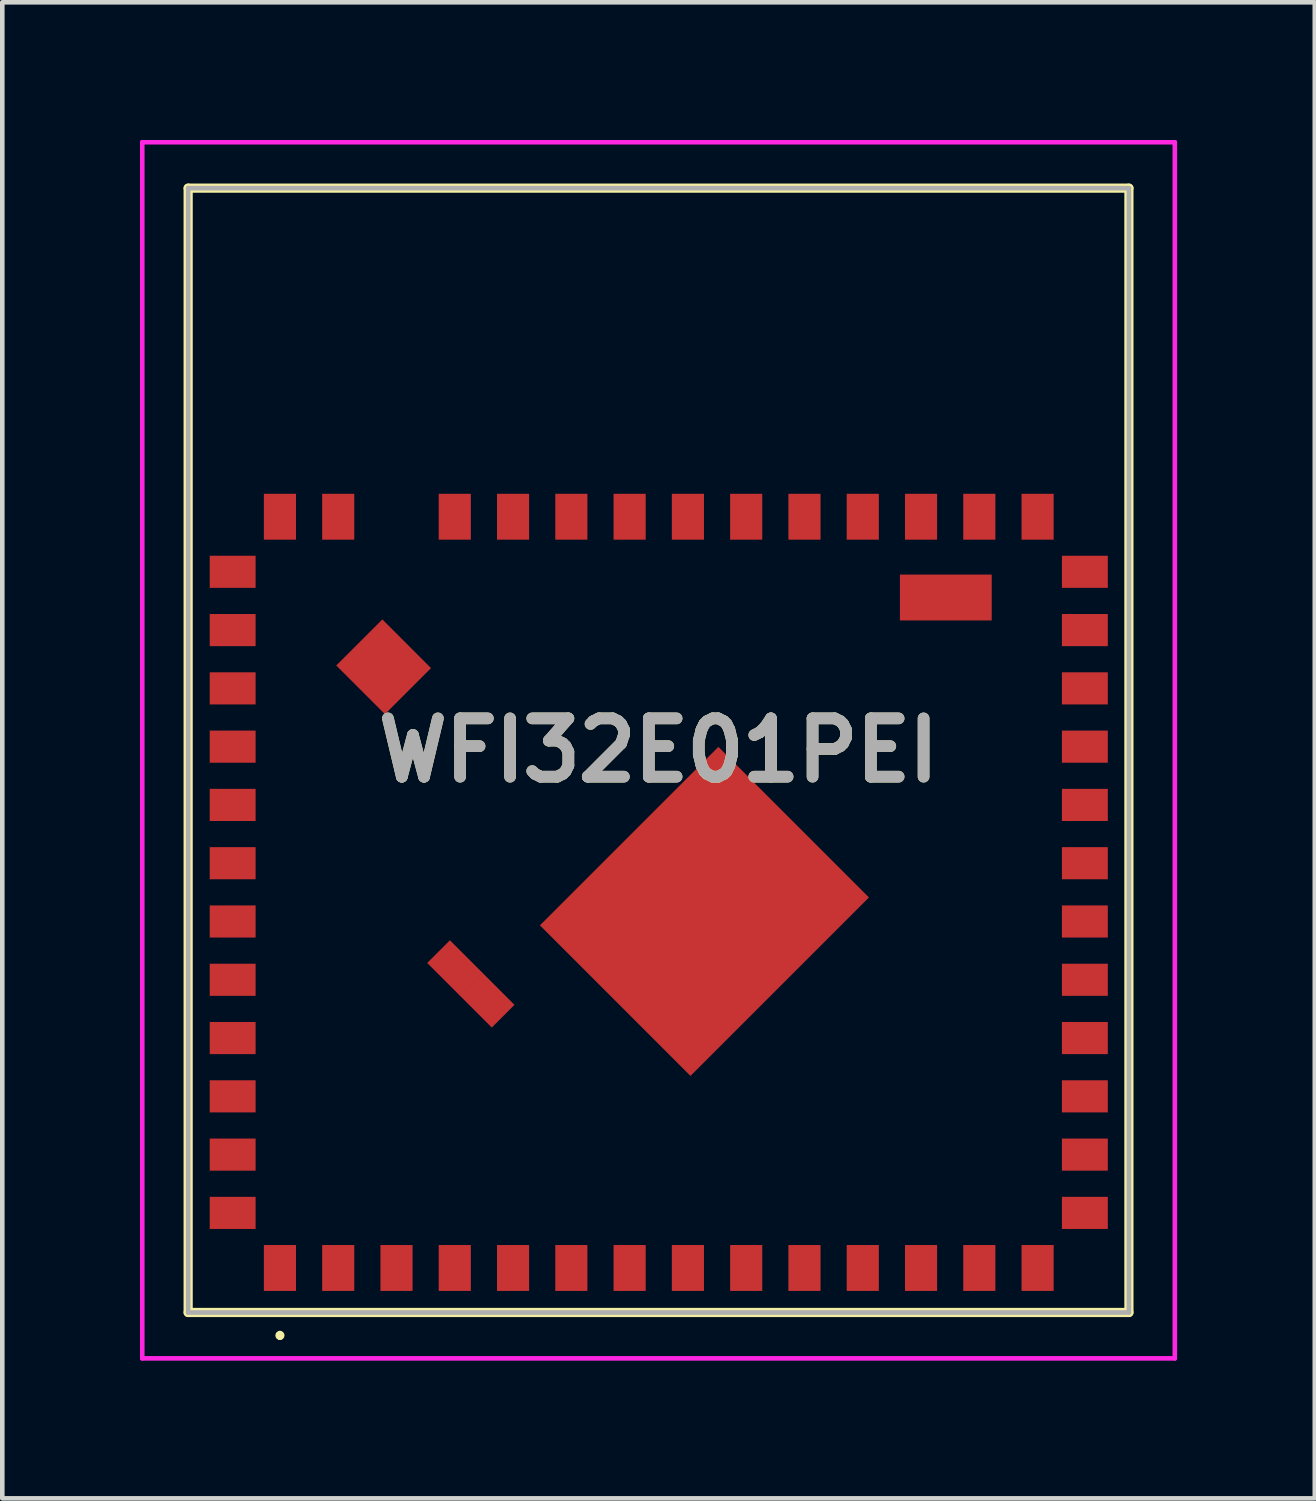
<source format=kicad_pcb>
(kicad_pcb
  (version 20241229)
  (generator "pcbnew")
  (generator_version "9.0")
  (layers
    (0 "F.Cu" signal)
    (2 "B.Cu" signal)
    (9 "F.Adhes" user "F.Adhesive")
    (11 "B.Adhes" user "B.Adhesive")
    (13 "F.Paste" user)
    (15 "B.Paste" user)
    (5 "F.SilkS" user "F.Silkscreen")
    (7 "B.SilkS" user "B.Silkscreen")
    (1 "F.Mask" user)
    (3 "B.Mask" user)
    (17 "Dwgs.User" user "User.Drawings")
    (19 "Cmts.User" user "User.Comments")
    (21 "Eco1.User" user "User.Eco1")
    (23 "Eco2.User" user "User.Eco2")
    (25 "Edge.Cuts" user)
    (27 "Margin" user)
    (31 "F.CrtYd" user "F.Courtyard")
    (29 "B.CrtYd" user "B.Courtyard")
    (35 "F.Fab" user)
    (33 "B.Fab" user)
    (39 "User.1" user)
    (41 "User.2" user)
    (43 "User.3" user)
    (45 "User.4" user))
  (footprint "WFI32E01PEI"
    (layer "F.Cu")
    (at 11.3 13.3)
    (property "Reference" "WFI32E01PEI" (at 0 0 0) (layer "F.SilkS") (effects (font (size 1.27 1.27) (thickness 0.254))))
    (attr smd)
    (fp_line (start -10.25 -12.25) (end -10.25 12.25) (stroke (width 0.2) (type solid)) (layer "F.SilkS"))
    (fp_line (start -10.25 12.25) (end 10.25 12.25) (stroke (width 0.2) (type solid)) (layer "F.SilkS"))
    (fp_line (start -8.25 12.7) (end -8.25 12.7) (stroke (width 0.1) (type solid)) (layer "F.SilkS"))
    (fp_line (start -8.25 12.8) (end -8.25 12.8) (stroke (width 0.1) (type solid)) (layer "F.SilkS"))
    (fp_line (start 10.25 -12.25) (end -10.25 -12.25) (stroke (width 0.2) (type solid)) (layer "F.SilkS"))
    (fp_line (start 10.25 12.25) (end 10.25 -12.25) (stroke (width 0.2) (type solid)) (layer "F.SilkS"))
    (fp_arc (start -8.25 12.7) (mid -8.2 12.75) (end -8.25 12.8) (stroke (width 0.1) (type solid)) (layer "F.SilkS"))
    (fp_arc (start -8.25 12.8) (mid -8.3 12.75) (end -8.25 12.7) (stroke (width 0.1) (type solid)) (layer "F.SilkS"))
    (fp_line (start -11.25 -13.25) (end 11.25 -13.25) (stroke (width 0.1) (type solid)) (layer "F.CrtYd"))
    (fp_line (start -11.25 13.25) (end -11.25 -13.25) (stroke (width 0.1) (type solid)) (layer "F.CrtYd"))
    (fp_line (start 11.25 -13.25) (end 11.25 13.25) (stroke (width 0.1) (type solid)) (layer "F.CrtYd"))
    (fp_line (start 11.25 13.25) (end -11.25 13.25) (stroke (width 0.1) (type solid)) (layer "F.CrtYd"))
    (fp_line (start -10.25 -12.25) (end -10.25 12.25) (stroke (width 0.1) (type solid)) (layer "F.Fab"))
    (fp_line (start -10.25 12.25) (end 10.25 12.25) (stroke (width 0.1) (type solid)) (layer "F.Fab"))
    (fp_line (start 10.25 -12.25) (end -10.25 -12.25) (stroke (width 0.1) (type solid)) (layer "F.Fab"))
    (fp_line (start 10.25 12.25) (end 10.25 -12.25) (stroke (width 0.1) (type solid)) (layer "F.Fab"))
    (fp_text user "${REFERENCE}" (at 0 0 0) (layer "F.Fab") (effects (font (size 1.27 1.27) (thickness 0.254))))
    (pad "1" smd rect (at -8.25 11.28) (size 0.7 1) (layers "F.Cu" "F.Mask" "F.Paste"))
    (pad "2" smd rect (at -6.98 11.28) (size 0.7 1) (layers "F.Cu" "F.Mask" "F.Paste"))
    (pad "3" smd rect (at -5.71 11.28) (size 0.7 1) (layers "F.Cu" "F.Mask" "F.Paste"))
    (pad "4" smd rect (at -4.44 11.28) (size 0.7 1) (layers "F.Cu" "F.Mask" "F.Paste"))
    (pad "5" smd rect (at -3.17 11.28) (size 0.7 1) (layers "F.Cu" "F.Mask" "F.Paste"))
    (pad "6" smd rect (at -1.9 11.28) (size 0.7 1) (layers "F.Cu" "F.Mask" "F.Paste"))
    (pad "7" smd rect (at -0.63 11.28) (size 0.7 1) (layers "F.Cu" "F.Mask" "F.Paste"))
    (pad "8" smd rect (at 0.64 11.28) (size 0.7 1) (layers "F.Cu" "F.Mask" "F.Paste"))
    (pad "9" smd rect (at 1.91 11.28) (size 0.7 1) (layers "F.Cu" "F.Mask" "F.Paste"))
    (pad "10" smd rect (at 3.18 11.28) (size 0.7 1) (layers "F.Cu" "F.Mask" "F.Paste"))
    (pad "11" smd rect (at 4.45 11.28) (size 0.7 1) (layers "F.Cu" "F.Mask" "F.Paste"))
    (pad "12" smd rect (at 5.72 11.28) (size 0.7 1) (layers "F.Cu" "F.Mask" "F.Paste"))
    (pad "13" smd rect (at 6.99 11.28) (size 0.7 1) (layers "F.Cu" "F.Mask" "F.Paste"))
    (pad "14" smd rect (at 8.26 11.28) (size 0.7 1) (layers "F.Cu" "F.Mask" "F.Paste"))
    (pad "15" smd rect (at 9.29 10.08 90) (size 0.7 1) (layers "F.Cu" "F.Mask" "F.Paste"))
    (pad "16" smd rect (at 9.29 8.81 90) (size 0.7 1) (layers "F.Cu" "F.Mask" "F.Paste"))
    (pad "17" smd rect (at 9.29 7.54 90) (size 0.7 1) (layers "F.Cu" "F.Mask" "F.Paste"))
    (pad "18" smd rect (at 9.29 6.27 90) (size 0.7 1) (layers "F.Cu" "F.Mask" "F.Paste"))
    (pad "19" smd rect (at 9.29 5 90) (size 0.7 1) (layers "F.Cu" "F.Mask" "F.Paste"))
    (pad "20" smd rect (at 9.29 3.73 90) (size 0.7 1) (layers "F.Cu" "F.Mask" "F.Paste"))
    (pad "21" smd rect (at 9.29 2.46 90) (size 0.7 1) (layers "F.Cu" "F.Mask" "F.Paste"))
    (pad "22" smd rect (at 9.29 1.19 90) (size 0.7 1) (layers "F.Cu" "F.Mask" "F.Paste"))
    (pad "23" smd rect (at 9.29 -0.08 90) (size 0.7 1) (layers "F.Cu" "F.Mask" "F.Paste"))
    (pad "24" smd rect (at 9.29 -1.35 90) (size 0.7 1) (layers "F.Cu" "F.Mask" "F.Paste"))
    (pad "25" smd rect (at 9.29 -2.62 90) (size 0.7 1) (layers "F.Cu" "F.Mask" "F.Paste"))
    (pad "26" smd rect (at 9.29 -3.89 90) (size 0.7 1) (layers "F.Cu" "F.Mask" "F.Paste"))
    (pad "27" smd rect (at 8.26 -5.09) (size 0.7 1) (layers "F.Cu" "F.Mask" "F.Paste"))
    (pad "28" smd rect (at 6.99 -5.09) (size 0.7 1) (layers "F.Cu" "F.Mask" "F.Paste"))
    (pad "29" smd rect (at 5.72 -5.09) (size 0.7 1) (layers "F.Cu" "F.Mask" "F.Paste"))
    (pad "30" smd rect (at 4.45 -5.09) (size 0.7 1) (layers "F.Cu" "F.Mask" "F.Paste"))
    (pad "31" smd rect (at 3.18 -5.09) (size 0.7 1) (layers "F.Cu" "F.Mask" "F.Paste"))
    (pad "32" smd rect (at 1.91 -5.09) (size 0.7 1) (layers "F.Cu" "F.Mask" "F.Paste"))
    (pad "33" smd rect (at 0.64 -5.09) (size 0.7 1) (layers "F.Cu" "F.Mask" "F.Paste"))
    (pad "34" smd rect (at -0.63 -5.09) (size 0.7 1) (layers "F.Cu" "F.Mask" "F.Paste"))
    (pad "35" smd rect (at -1.9 -5.09) (size 0.7 1) (layers "F.Cu" "F.Mask" "F.Paste"))
    (pad "36" smd rect (at -3.17 -5.09) (size 0.7 1) (layers "F.Cu" "F.Mask" "F.Paste"))
    (pad "37" smd rect (at -4.44 -5.09) (size 0.7 1) (layers "F.Cu" "F.Mask" "F.Paste"))
    (pad "39" smd rect (at -6.98 -5.09) (size 0.7 1) (layers "F.Cu" "F.Mask" "F.Paste"))
    (pad "40" smd rect (at -8.25 -5.09) (size 0.7 1) (layers "F.Cu" "F.Mask" "F.Paste"))
    (pad "41" smd rect (at -9.28 -3.89 90) (size 0.7 1) (layers "F.Cu" "F.Mask" "F.Paste"))
    (pad "42" smd rect (at -9.28 -2.62 90) (size 0.7 1) (layers "F.Cu" "F.Mask" "F.Paste"))
    (pad "43" smd rect (at -9.28 -1.35 90) (size 0.7 1) (layers "F.Cu" "F.Mask" "F.Paste"))
    (pad "44" smd rect (at -9.28 -0.08 90) (size 0.7 1) (layers "F.Cu" "F.Mask" "F.Paste"))
    (pad "45" smd rect (at -9.28 1.19 90) (size 0.7 1) (layers "F.Cu" "F.Mask" "F.Paste"))
    (pad "46" smd rect (at -9.28 2.46 90) (size 0.7 1) (layers "F.Cu" "F.Mask" "F.Paste"))
    (pad "47" smd rect (at -9.28 3.73 90) (size 0.7 1) (layers "F.Cu" "F.Mask" "F.Paste"))
    (pad "48" smd rect (at -9.28 5 90) (size 0.7 1) (layers "F.Cu" "F.Mask" "F.Paste"))
    (pad "49" smd rect (at -9.28 6.27 90) (size 0.7 1) (layers "F.Cu" "F.Mask" "F.Paste"))
    (pad "50" smd rect (at -9.28 7.54 90) (size 0.7 1) (layers "F.Cu" "F.Mask" "F.Paste"))
    (pad "51" smd rect (at -9.28 8.81 90) (size 0.7 1) (layers "F.Cu" "F.Mask" "F.Paste"))
    (pad "52" smd rect (at -9.28 10.08 90) (size 0.7 1) (layers "F.Cu" "F.Mask" "F.Paste"))
    (pad "53" smd rect (at -3.74 5.44 45) (size 0.7 1) (layers "F.Cu" "F.Mask" "F.Paste"))
    (pad "54" smd rect (at -4.44 4.74 45) (size 0.7 1) (layers "F.Cu" "F.Mask" "F.Paste"))
    (pad "55" smd rect (at 1 3.51 135) (size 4.64 5.5) (layers "F.Cu" "F.Mask" "F.Paste"))
    (pad "56" smd rect (at 6.26 -3.33 90) (size 1 2) (layers "F.Cu" "F.Mask" "F.Paste"))
    (pad "57" smd rect (at -5.99 -1.82 45) (size 1.42 1.5) (layers "F.Cu" "F.Mask" "F.Paste")))
  (gr_rect
    (start -3 -3)
    (end 25.6 29.6)
    (stroke (width 0.1) (type default))
    (fill no)
    (layer "Edge.Cuts")))
</source>
